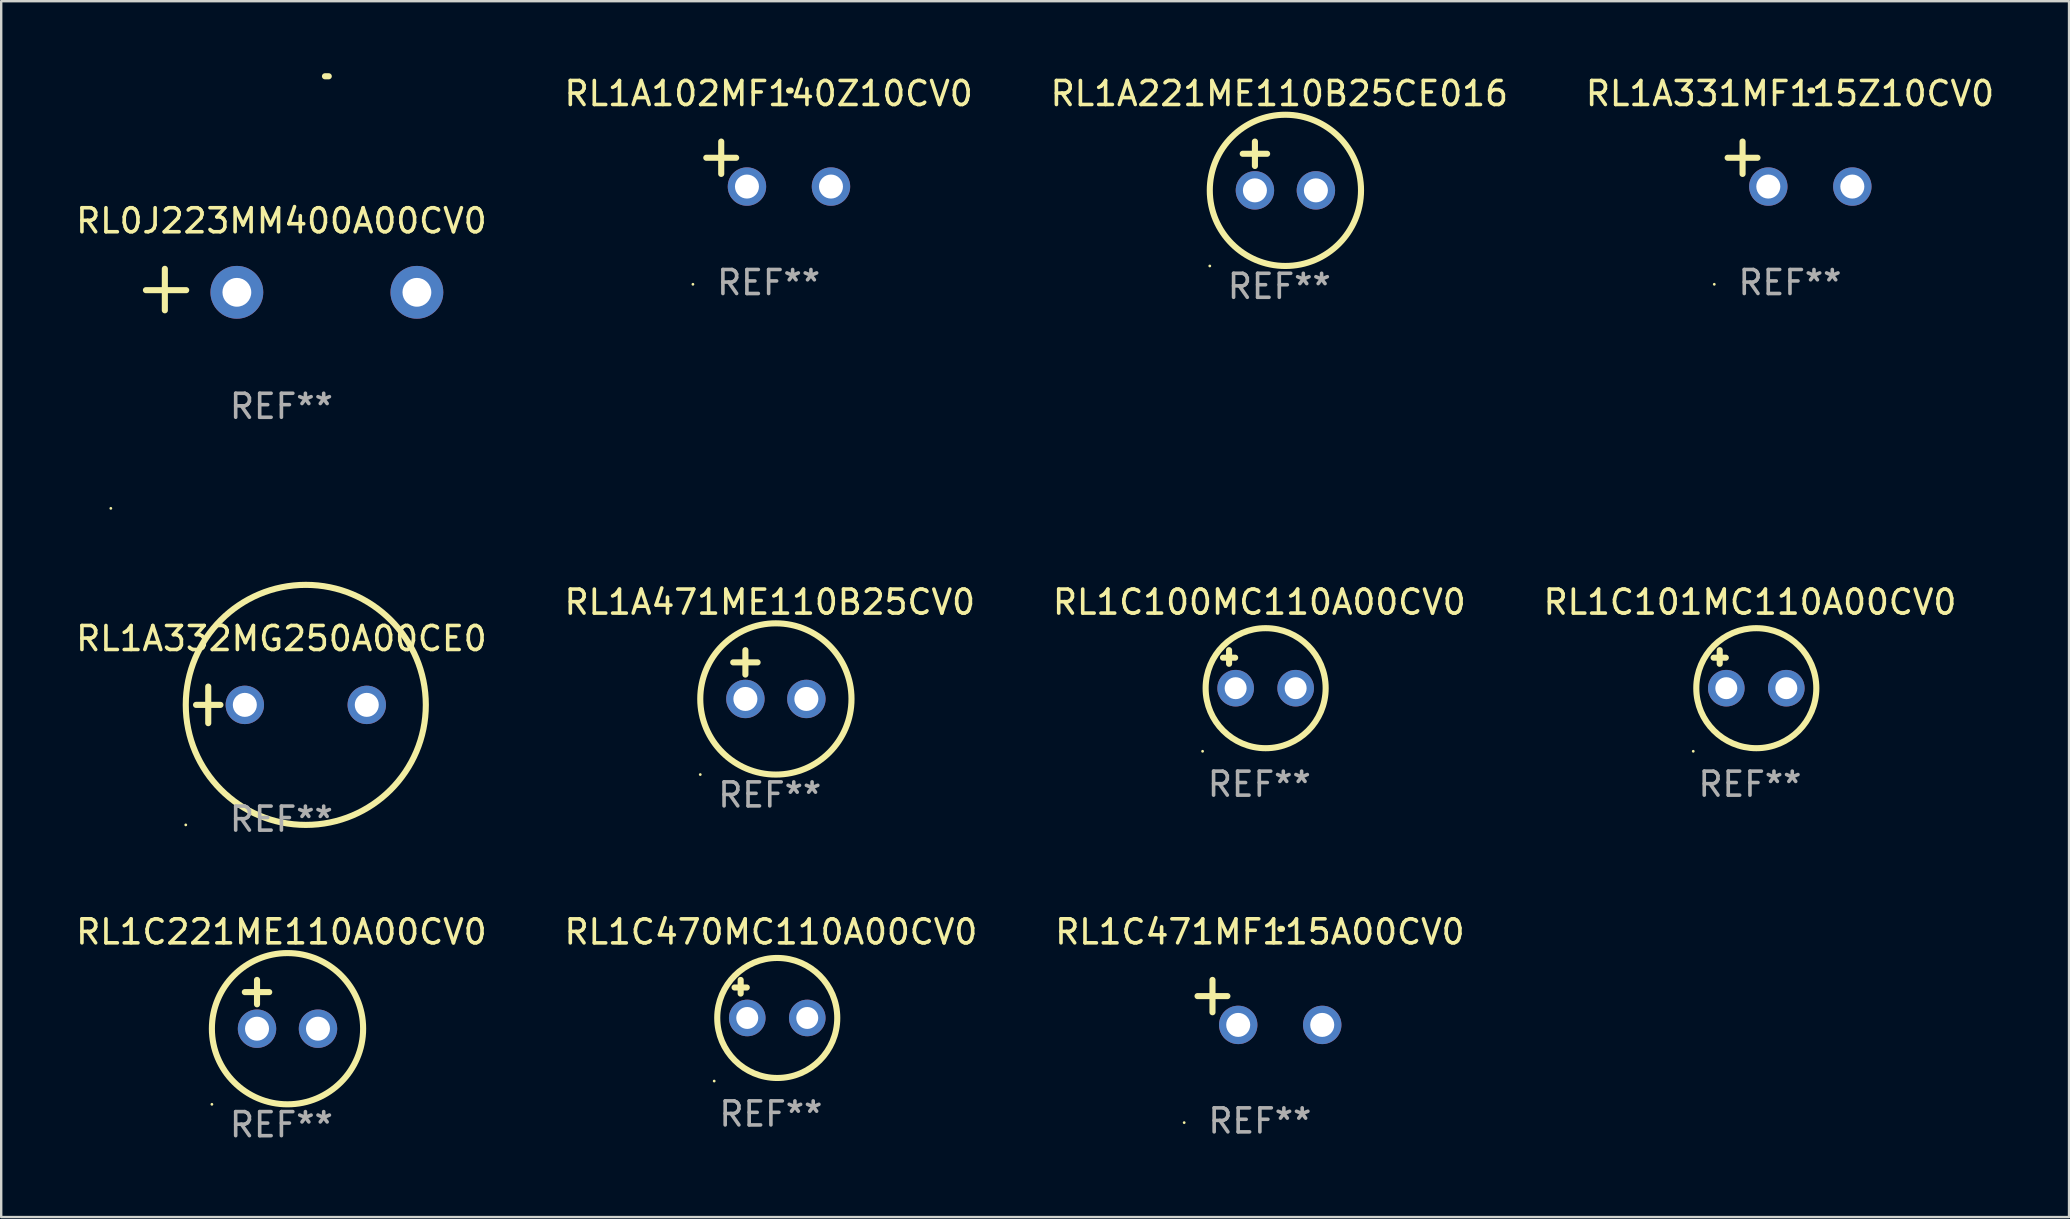
<source format=kicad_pcb>
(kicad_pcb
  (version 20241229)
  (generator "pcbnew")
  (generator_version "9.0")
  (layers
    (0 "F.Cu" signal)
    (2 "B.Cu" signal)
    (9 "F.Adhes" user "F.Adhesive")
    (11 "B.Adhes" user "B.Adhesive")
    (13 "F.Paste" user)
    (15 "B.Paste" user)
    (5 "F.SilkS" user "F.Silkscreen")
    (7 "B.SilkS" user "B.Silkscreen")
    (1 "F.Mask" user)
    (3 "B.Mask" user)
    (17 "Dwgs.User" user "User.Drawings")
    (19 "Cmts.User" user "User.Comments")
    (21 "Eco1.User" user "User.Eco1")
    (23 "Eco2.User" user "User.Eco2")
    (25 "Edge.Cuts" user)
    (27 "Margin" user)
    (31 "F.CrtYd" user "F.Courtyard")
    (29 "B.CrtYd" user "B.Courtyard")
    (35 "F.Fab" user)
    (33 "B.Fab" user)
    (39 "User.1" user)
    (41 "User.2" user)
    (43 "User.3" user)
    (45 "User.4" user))
  (footprint "RL1C471MF115A00CV0"
    (layer "F.Cu")
    (at 49.435 38.709)
    (property "Reference" "RL1C471MF115A00CV0" (at 0 -2.937 0) (layer "F.SilkS") (effects (font (size 1 1) (thickness 0.15))))
    (attr through_hole)
    (fp_line (start -1.975 0.41) (end -1.975 -0.937) (stroke (width 0.254) (type solid)) (layer "F.SilkS"))
    (fp_line (start -1.353 -0.263) (end -2.597 -0.263) (stroke (width 0.254) (type solid)) (layer "F.SilkS"))
    (fp_arc (start 0.849809 -3.063957) (mid 0.885369 -3.064114) (end 0.920929 -3.063957) (stroke (width 0.254001) (type solid)) (layer "F.SilkS"))
    (fp_circle (center -3.154 5.008) (end -3.124 5.008) (stroke (width 0.06) (type solid)) (fill no) (layer "F.SilkS"))
    (fp_text user "REF**" (at 0 4.937 0) (layer "F.Fab") (effects (font (size 1 1) (thickness 0.15))))
    (pad "1" thru_hole circle (at -0.903 0.937) (size 1.6 1.6) (drill 1) (layers "*.Cu" "*.Mask"))
    (pad "2" thru_hole circle (at 2.597 0.937) (size 1.6 1.6) (drill 1) (layers "*.Cu" "*.Mask")))
  (footprint "RL1C100MC110A00CV0"
    (layer "F.Cu")
    (at 49.411 24.827)
    (property "Reference" "RL1C100MC110A00CV0" (at 0 -2.792 0) (layer "F.SilkS") (effects (font (size 1 1) (thickness 0.15))))
    (attr through_hole)
    (fp_line (start -1.514 -0.478) (end -1.006 -0.478) (stroke (width 0.254) (type solid)) (layer "F.SilkS"))
    (fp_line (start -1.26 -0.792) (end -1.26 -0.224) (stroke (width 0.254) (type solid)) (layer "F.SilkS"))
    (fp_circle (center -2.363 3.42) (end -2.333 3.42) (stroke (width 0.06) (type solid)) (fill no) (layer "F.SilkS"))
    (fp_circle (center 0.264 0.792) (end 2.764 0.792) (stroke (width 0.254) (type solid)) (fill no) (layer "F.SilkS"))
    (fp_text user "REF**" (at 0 4.792 0) (layer "F.Fab") (effects (font (size 1 1) (thickness 0.15))))
    (pad "1" thru_hole circle (at -0.986 0.792) (size 1.524 1.524) (drill 0.914) (layers "*.Cu" "*.Mask"))
    (pad "2" thru_hole circle (at 1.514 0.792) (size 1.524 1.524) (drill 0.914) (layers "*.Cu" "*.Mask")))
  (footprint "RL1C470MC110A00CV0"
    (layer "F.Cu")
    (at 29.065 38.565)
    (property "Reference" "RL1C470MC110A00CV0" (at 0 -2.792 0) (layer "F.SilkS") (effects (font (size 1 1) (thickness 0.15))))
    (attr through_hole)
    (fp_line (start -1.514 -0.478) (end -1.006 -0.478) (stroke (width 0.254) (type solid)) (layer "F.SilkS"))
    (fp_line (start -1.26 -0.792) (end -1.26 -0.224) (stroke (width 0.254) (type solid)) (layer "F.SilkS"))
    (fp_circle (center -2.363 3.42) (end -2.333 3.42) (stroke (width 0.06) (type solid)) (fill no) (layer "F.SilkS"))
    (fp_circle (center 0.264 0.792) (end 2.764 0.792) (stroke (width 0.254) (type solid)) (fill no) (layer "F.SilkS"))
    (fp_text user "REF**" (at 0 4.792 0) (layer "F.Fab") (effects (font (size 1 1) (thickness 0.15))))
    (pad "1" thru_hole circle (at -0.986 0.792) (size 1.524 1.524) (drill 0.914) (layers "*.Cu" "*.Mask"))
    (pad "2" thru_hole circle (at 1.514 0.792) (size 1.524 1.524) (drill 0.914) (layers "*.Cu" "*.Mask")))
  (footprint "RL1A221ME110B25CE016"
    (layer "F.Cu")
    (at 50.244 3.864)
    (property "Reference" "RL1A221ME110B25CE016" (at 0 -3.016 0) (layer "F.SilkS") (effects (font (size 1 1) (thickness 0.15))))
    (attr through_hole)
    (fp_line (start -1.524 -0.508) (end -0.508 -0.508) (stroke (width 0.254) (type solid)) (layer "F.SilkS"))
    (fp_line (start -1.016 -1.016) (end -1.016 0) (stroke (width 0.254) (type solid)) (layer "F.SilkS"))
    (fp_circle (center -2.896 4.166) (end -2.866 4.166) (stroke (width 0.06) (type solid)) (fill no) (layer "F.SilkS"))
    (fp_circle (center 0.254 1.016) (end 3.404 1.016) (stroke (width 0.254) (type solid)) (fill no) (layer "F.SilkS"))
    (fp_text user "REF**" (at 0 5.016 0) (layer "F.Fab") (effects (font (size 1 1) (thickness 0.15))))
    (pad "1" thru_hole circle (at -1.016 1.016) (size 1.6 1.6) (drill 1) (layers "*.Cu" "*.Mask"))
    (pad "2" thru_hole circle (at 1.524 1.016) (size 1.6 1.6) (drill 1) (layers "*.Cu" "*.Mask")))
  (footprint "RL1C101MC110A00CV0"
    (layer "F.Cu")
    (at 69.851 24.827)
    (property "Reference" "RL1C101MC110A00CV0" (at 0 -2.792 0) (layer "F.SilkS") (effects (font (size 1 1) (thickness 0.15))))
    (attr through_hole)
    (fp_line (start -1.514 -0.478) (end -1.006 -0.478) (stroke (width 0.254) (type solid)) (layer "F.SilkS"))
    (fp_line (start -1.26 -0.792) (end -1.26 -0.224) (stroke (width 0.254) (type solid)) (layer "F.SilkS"))
    (fp_circle (center -2.363 3.42) (end -2.333 3.42) (stroke (width 0.06) (type solid)) (fill no) (layer "F.SilkS"))
    (fp_circle (center 0.264 0.792) (end 2.764 0.792) (stroke (width 0.254) (type solid)) (fill no) (layer "F.SilkS"))
    (fp_text user "REF**" (at 0 4.792 0) (layer "F.Fab") (effects (font (size 1 1) (thickness 0.15))))
    (pad "1" thru_hole circle (at -0.986 0.792) (size 1.524 1.524) (drill 0.914) (layers "*.Cu" "*.Mask"))
    (pad "2" thru_hole circle (at 1.514 0.792) (size 1.524 1.524) (drill 0.914) (layers "*.Cu" "*.Mask")))
  (footprint "RL1C221ME110A00CV0"
    (layer "F.Cu")
    (at 8.673 38.788)
    (property "Reference" "RL1C221ME110A00CV0" (at 0 -3.016 0) (layer "F.SilkS") (effects (font (size 1 1) (thickness 0.15))))
    (attr through_hole)
    (fp_line (start -1.524 -0.508) (end -0.508 -0.508) (stroke (width 0.254) (type solid)) (layer "F.SilkS"))
    (fp_line (start -1.016 -1.016) (end -1.016 0) (stroke (width 0.254) (type solid)) (layer "F.SilkS"))
    (fp_circle (center -2.896 4.166) (end -2.866 4.166) (stroke (width 0.06) (type solid)) (fill no) (layer "F.SilkS"))
    (fp_circle (center 0.254 1.016) (end 3.404 1.016) (stroke (width 0.254) (type solid)) (fill no) (layer "F.SilkS"))
    (fp_text user "REF**" (at 0 5.016 0) (layer "F.Fab") (effects (font (size 1 1) (thickness 0.15))))
    (pad "1" thru_hole circle (at -1.016 1.016) (size 1.6 1.6) (drill 1) (layers "*.Cu" "*.Mask"))
    (pad "2" thru_hole circle (at 1.524 1.016) (size 1.6 1.6) (drill 1) (layers "*.Cu" "*.Mask")))
  (footprint "RL0J223MM400A00CV0"
    (layer "F.Cu")
    (at 8.673 9.013)
    (property "Reference" "RL0J223MM400A00CV0" (at 0 -2.864 0) (layer "F.SilkS") (effects (font (size 1 1) (thickness 0.15))))
    (attr through_hole)
    (fp_line (start -4.856 0.864) (end -4.856 -0.864) (stroke (width 0.254) (type solid)) (layer "F.SilkS"))
    (fp_line (start -3.967 0.025) (end -5.644 0.025) (stroke (width 0.254) (type solid)) (layer "F.SilkS"))
    (fp_arc (start 1.815024 -8.885649) (mid 1.893764 -8.88599) (end 1.972504 -8.885649) (stroke (width 0.254001) (type solid)) (layer "F.SilkS"))
    (fp_circle (center -7.106 9.114) (end -7.076 9.114) (stroke (width 0.06) (type solid)) (fill no) (layer "F.SilkS"))
    (fp_text user "REF**" (at 0 4.864 0) (layer "F.Fab") (effects (font (size 1 1) (thickness 0.15))))
    (pad "1" thru_hole circle (at -1.856 0.114) (size 2.2 2.2) (drill 1.2) (layers "*.Cu" "*.Mask"))
    (pad "2" thru_hole circle (at 5.644 0.114) (size 2.2 2.2) (drill 1.2) (layers "*.Cu" "*.Mask")))
  (footprint "RL1A332MG250A00CE0"
    (layer "F.Cu")
    (at 8.673 26.314)
    (property "Reference" "RL1A332MG250A00CE0" (at 0 -2.762 0) (layer "F.SilkS") (effects (font (size 1 1) (thickness 0.15))))
    (attr through_hole)
    (fp_line (start -3.556 0) (end -2.54 0) (stroke (width 0.254) (type solid)) (layer "F.SilkS"))
    (fp_line (start -3.048 -0.762) (end -3.048 0.762) (stroke (width 0.254) (type solid)) (layer "F.SilkS"))
    (fp_circle (center -3.984 5) (end -3.954 5) (stroke (width 0.06) (type solid)) (fill no) (layer "F.SilkS"))
    (fp_circle (center 1.016 0) (end 6.016 0) (stroke (width 0.254) (type solid)) (fill no) (layer "F.SilkS"))
    (fp_text user "REF**" (at 0 4.762 0) (layer "F.Fab") (effects (font (size 1 1) (thickness 0.15))))
    (pad "1" thru_hole circle (at -1.524 0) (size 1.6 1.6) (drill 1) (layers "*.Cu" "*.Mask"))
    (pad "2" thru_hole circle (at 3.556 0) (size 1.6 1.6) (drill 1) (layers "*.Cu" "*.Mask")))
  (footprint "RL1A471ME110B25CV0"
    (layer "F.Cu")
    (at 29.018 25.051)
    (property "Reference" "RL1A471ME110B25CV0" (at 0 -3.016 0) (layer "F.SilkS") (effects (font (size 1 1) (thickness 0.15))))
    (attr through_hole)
    (fp_line (start -1.524 -0.508) (end -0.508 -0.508) (stroke (width 0.254) (type solid)) (layer "F.SilkS"))
    (fp_line (start -1.016 -1.016) (end -1.016 0) (stroke (width 0.254) (type solid)) (layer "F.SilkS"))
    (fp_circle (center -2.896 4.166) (end -2.866 4.166) (stroke (width 0.06) (type solid)) (fill no) (layer "F.SilkS"))
    (fp_circle (center 0.254 1.016) (end 3.404 1.016) (stroke (width 0.254) (type solid)) (fill no) (layer "F.SilkS"))
    (fp_text user "REF**" (at 0 5.016 0) (layer "F.Fab") (effects (font (size 1 1) (thickness 0.15))))
    (pad "1" thru_hole circle (at -1.016 1.016) (size 1.6 1.6) (drill 1) (layers "*.Cu" "*.Mask"))
    (pad "2" thru_hole circle (at 1.524 1.016) (size 1.6 1.6) (drill 1) (layers "*.Cu" "*.Mask")))
  (footprint "RL1A102MF140Z10CV0"
    (layer "F.Cu")
    (at 28.97 3.785)
    (property "Reference" "RL1A102MF140Z10CV0" (at 0 -2.937 0) (layer "F.SilkS") (effects (font (size 1 1) (thickness 0.15))))
    (attr through_hole)
    (fp_line (start -1.975 0.41) (end -1.975 -0.937) (stroke (width 0.254) (type solid)) (layer "F.SilkS"))
    (fp_line (start -1.353 -0.263) (end -2.597 -0.263) (stroke (width 0.254) (type solid)) (layer "F.SilkS"))
    (fp_arc (start 0.849809 -3.063957) (mid 0.885369 -3.064114) (end 0.920929 -3.063957) (stroke (width 0.254001) (type solid)) (layer "F.SilkS"))
    (fp_circle (center -3.154 5.008) (end -3.124 5.008) (stroke (width 0.06) (type solid)) (fill no) (layer "F.SilkS"))
    (fp_text user "REF**" (at 0 4.937 0) (layer "F.Fab") (effects (font (size 1 1) (thickness 0.15))))
    (pad "1" thru_hole circle (at -0.903 0.937) (size 1.6 1.6) (drill 1) (layers "*.Cu" "*.Mask"))
    (pad "2" thru_hole circle (at 2.597 0.937) (size 1.6 1.6) (drill 1) (layers "*.Cu" "*.Mask")))
  (footprint "RL1A331MF115Z10CV0"
    (layer "F.Cu")
    (at 71.518 3.785)
    (property "Reference" "RL1A331MF115Z10CV0" (at 0 -2.937 0) (layer "F.SilkS") (effects (font (size 1 1) (thickness 0.15))))
    (attr through_hole)
    (fp_line (start -1.975 0.41) (end -1.975 -0.937) (stroke (width 0.254) (type solid)) (layer "F.SilkS"))
    (fp_line (start -1.353 -0.263) (end -2.597 -0.263) (stroke (width 0.254) (type solid)) (layer "F.SilkS"))
    (fp_arc (start 0.849809 -3.063957) (mid 0.885369 -3.064114) (end 0.920929 -3.063957) (stroke (width 0.254001) (type solid)) (layer "F.SilkS"))
    (fp_circle (center -3.154 5.008) (end -3.124 5.008) (stroke (width 0.06) (type solid)) (fill no) (layer "F.SilkS"))
    (fp_text user "REF**" (at 0 4.937 0) (layer "F.Fab") (effects (font (size 1 1) (thickness 0.15))))
    (pad "1" thru_hole circle (at -0.903 0.937) (size 1.6 1.6) (drill 1) (layers "*.Cu" "*.Mask"))
    (pad "2" thru_hole circle (at 2.597 0.937) (size 1.6 1.6) (drill 1) (layers "*.Cu" "*.Mask")))
  (gr_rect
    (start -3 -3)
    (end 83.143 47.652)
    (stroke (width 0.1) (type default))
    (fill no)
    (layer "Edge.Cuts")))
</source>
